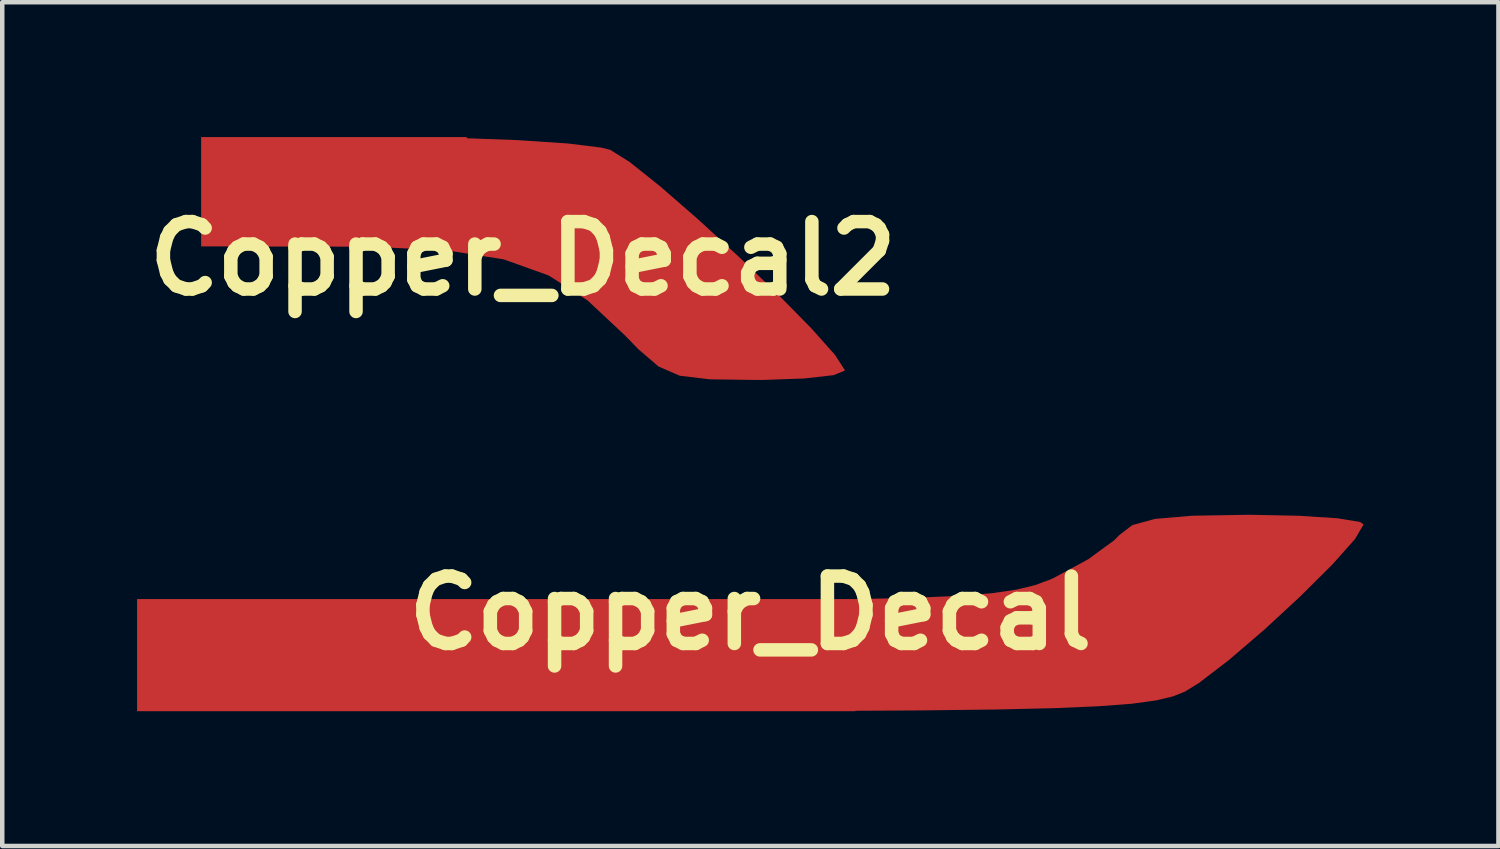
<source format=kicad_pcb>
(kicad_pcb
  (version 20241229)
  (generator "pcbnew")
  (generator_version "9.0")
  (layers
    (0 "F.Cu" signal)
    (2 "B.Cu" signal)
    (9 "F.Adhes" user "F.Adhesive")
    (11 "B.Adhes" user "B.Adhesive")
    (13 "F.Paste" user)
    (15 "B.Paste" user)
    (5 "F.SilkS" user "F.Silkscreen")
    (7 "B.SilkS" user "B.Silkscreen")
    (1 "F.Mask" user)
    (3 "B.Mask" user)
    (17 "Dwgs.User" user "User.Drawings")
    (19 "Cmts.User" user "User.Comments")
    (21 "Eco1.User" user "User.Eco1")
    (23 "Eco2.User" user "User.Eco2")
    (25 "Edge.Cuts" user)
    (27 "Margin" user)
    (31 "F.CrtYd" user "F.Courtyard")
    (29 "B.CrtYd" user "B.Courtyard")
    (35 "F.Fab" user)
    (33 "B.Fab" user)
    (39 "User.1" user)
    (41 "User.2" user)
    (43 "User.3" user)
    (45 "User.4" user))
  (footprint "Copper_Decal"
    (layer "F.Cu")
    (at 13.646 10.589)
    (property "Reference" "Copper_Decal" (at 0 0 0) (layer "F.SilkS") (effects (font (size 1.5 1.5) (thickness 0.3))))
    (attr board_only exclude_from_pos_files exclude_from_bom)
    (pad "1" smd custom (at -5.654 0.938) (size 15.984 2.495) (layers "F.Cu" "F.Mask" "F.Paste") (options (anchor rect)) (primitives (gr_poly (pts (xy 17.861 -3.101) (xy 18.718 -3.045) (xy 19.218 -2.963) (xy 19.299 -2.909) (xy 19.107 -2.582) (xy 18.602 -2.015) (xy 17.893 -1.31) (xy 17.09 -0.567) (xy 16.3 0.11) (xy 15.634 0.62) (xy 15.327 0.809) (xy 15.055 0.918) (xy 14.678 1.008) (xy 14.145 1.081) (xy 13.405 1.137) (xy 12.408 1.18) (xy 11.101 1.21) (xy 9.435 1.23) (xy 7.357 1.242) (xy 4.818 1.247) (xy 3.235 1.247) (xy -7.992 1.247) (xy -7.992 0.018) (xy -7.992 -1.211) (xy 1.668 -1.217) (xy 4.239 -1.22) (xy 6.328 -1.23) (xy 7.992 -1.247) (xy 9.29 -1.276) (xy 10.281 -1.318) (xy 11.021 -1.377) (xy 11.568 -1.456) (xy 11.983 -1.556) (xy 12.321 -1.68) (xy 12.409 -1.72) (xy 13.171 -2.133) (xy 13.754 -2.559) (xy 13.861 -2.67) (xy 14.152 -2.893) (xy 14.656 -3.031) (xy 15.48 -3.102) (xy 16.733 -3.123) (xy 16.765 -3.123)) (width 0) (fill yes)))))
  (footprint "Copper_Decal2"
    (layer "F.Cu")
    (at 8.586 2.702)
    (property "Reference" "Copper_Decal2" (at 0 0 0) (layer "F.SilkS") (effects (font (size 1.5 1.5) (thickness 0.3))))
    (attr board_only exclude_from_pos_files exclude_from_bom)
    (pad "1" smd custom (at -4.205 -1.486) (size 5.911 2.432) (layers "F.Cu" "F.Mask" "F.Paste") (options (anchor rect)) (primitives (gr_poly (pts (xy 2.724 -1.198) (xy 4.094 -1.148) (xy 5.21 -1.073) (xy 5.956 -0.98) (xy 6.147 -0.932) (xy 6.578 -0.662) (xy 7.259 -0.119) (xy 8.098 0.611) (xy 8.999 1.439) (xy 9.871 2.276) (xy 10.618 3.036) (xy 11.147 3.629) (xy 11.365 3.967) (xy 11.366 3.98) (xy 11.118 4.081) (xy 10.464 4.155) (xy 9.537 4.188) (xy 9.392 4.188) (xy 8.359 4.174) (xy 7.693 4.094) (xy 7.22 3.888) (xy 6.767 3.499) (xy 6.488 3.21) (xy 5.643 2.419) (xy 4.779 1.864) (xy 3.778 1.505) (xy 2.52 1.306) (xy 0.886 1.228) (xy 0.22 1.222) (xy -2.955 1.216) (xy -2.955 -0.000002) (xy -2.955 -1.216) (xy 1.215 -1.216)) (width 0) (fill yes)))))
  (gr_rect
    (start -3 -3)
    (end 30.291 15.774)
    (stroke (width 0.1) (type default))
    (fill no)
    (layer "Edge.Cuts")))
</source>
